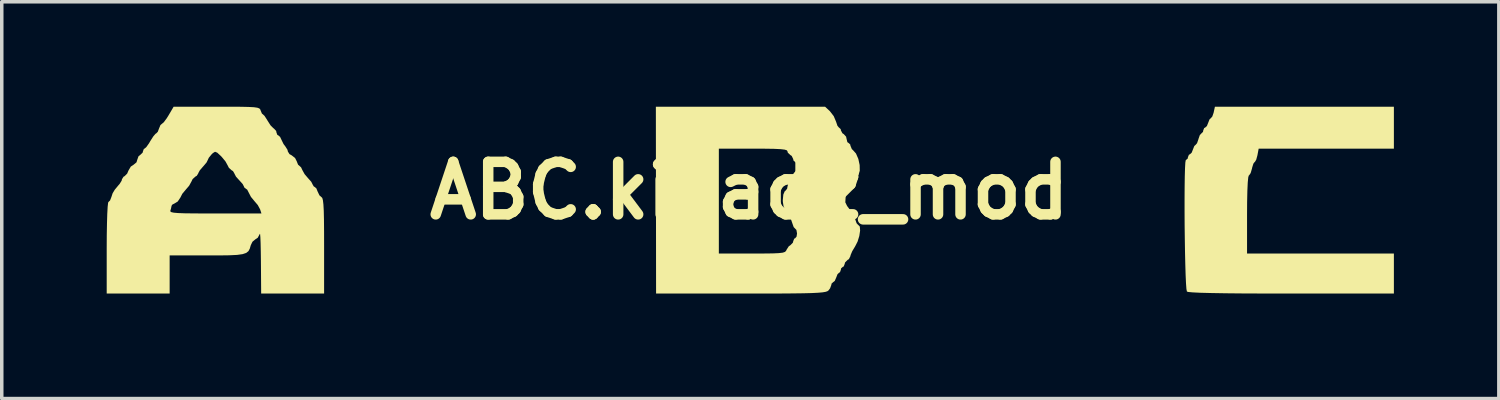
<source format=kicad_pcb>
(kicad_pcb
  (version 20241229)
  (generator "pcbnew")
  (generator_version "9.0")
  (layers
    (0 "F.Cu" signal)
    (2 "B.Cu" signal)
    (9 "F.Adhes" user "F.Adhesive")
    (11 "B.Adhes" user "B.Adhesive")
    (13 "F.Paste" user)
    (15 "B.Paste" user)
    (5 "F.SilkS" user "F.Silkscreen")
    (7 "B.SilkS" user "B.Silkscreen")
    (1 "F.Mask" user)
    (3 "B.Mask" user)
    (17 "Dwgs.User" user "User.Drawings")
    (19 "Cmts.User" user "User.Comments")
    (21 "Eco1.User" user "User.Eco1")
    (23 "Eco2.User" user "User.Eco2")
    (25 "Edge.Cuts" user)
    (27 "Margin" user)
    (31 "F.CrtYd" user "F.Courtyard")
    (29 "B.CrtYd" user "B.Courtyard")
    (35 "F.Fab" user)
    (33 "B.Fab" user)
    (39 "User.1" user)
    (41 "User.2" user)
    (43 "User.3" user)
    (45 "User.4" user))
  (footprint "ABC.kicad2_mod"
    (layer "F.Cu")
    (at 18.369 2.398)
    (property "Reference" "ABC.kicad2_mod" (at 0 0 0) (layer "F.SilkS") (effects (font (size 1.5 1.5) (thickness 0.3))))
    (attr board_only exclude_from_pos_files exclude_from_bom)
    (fp_poly (pts (xy 18.423 -1.799) (xy 18.423 -1.199) (xy 16.491 -1.199) (xy 14.558 -1.199) (xy 14.522 -1.008) (xy 14.488 -0.883) (xy 14.45 -0.819) (xy 14.444 -0.818) (xy 14.407 -0.77) (xy 14.371 -0.653) (xy 14.366 -0.627) (xy 14.329 -0.501) (xy 14.286 -0.438) (xy 14.278 -0.436) (xy 14.261 -0.383) (xy 14.246 -0.232) (xy 14.235 0.006) (xy 14.228 0.322) (xy 14.226 0.681) (xy 14.226 1.799) (xy 16.325 1.799) (xy 18.423 1.799) (xy 18.423 2.371) (xy 18.423 2.943) (xy 15.483 2.943) (xy 14.756 2.942) (xy 14.136 2.94) (xy 13.619 2.935) (xy 13.204 2.928) (xy 12.888 2.92) (xy 12.668 2.909) (xy 12.542 2.897) (xy 12.507 2.885) (xy 12.493 2.812) (xy 12.481 2.648) (xy 12.47 2.409) (xy 12.461 2.109) (xy 12.453 1.765) (xy 12.447 1.39) (xy 12.442 1) (xy 12.44 0.611) (xy 12.44 0.237) (xy 12.442 -0.106) (xy 12.446 -0.404) (xy 12.453 -0.64) (xy 12.462 -0.801) (xy 12.474 -0.87) (xy 12.477 -0.872) (xy 12.53 -0.916) (xy 12.536 -0.954) (xy 12.565 -1.026) (xy 12.59 -1.036) (xy 12.642 -1.082) (xy 12.678 -1.172) (xy 12.718 -1.274) (xy 12.756 -1.308) (xy 12.797 -1.355) (xy 12.836 -1.468) (xy 12.836 -1.472) (xy 12.876 -1.586) (xy 12.921 -1.635) (xy 12.922 -1.635) (xy 12.967 -1.679) (xy 12.973 -1.717) (xy 13.001 -1.789) (xy 13.026 -1.799) (xy 13.078 -1.845) (xy 13.114 -1.935) (xy 13.154 -2.037) (xy 13.192 -2.071) (xy 13.233 -2.118) (xy 13.272 -2.231) (xy 13.272 -2.235) (xy 13.308 -2.398) (xy 15.866 -2.398) (xy 18.423 -2.398)) (stroke (width 0) (type solid)) (fill yes) (layer "F.SilkS"))
    (fp_poly (pts (xy 2.302 -2.27) (xy 2.412 -2.128) (xy 2.478 -1.971) (xy 2.518 -1.853) (xy 2.563 -1.799) (xy 2.566 -1.799) (xy 2.612 -1.755) (xy 2.616 -1.723) (xy 2.66 -1.639) (xy 2.698 -1.615) (xy 2.765 -1.542) (xy 2.78 -1.473) (xy 2.802 -1.384) (xy 2.834 -1.363) (xy 2.883 -1.319) (xy 2.889 -1.284) (xy 2.93 -1.185) (xy 2.958 -1.161) (xy 3.048 -1.06) (xy 3.115 -0.906) (xy 3.153 -0.73) (xy 3.156 -0.568) (xy 3.121 -0.45) (xy 3.08 -0.416) (xy 3.007 -0.343) (xy 2.998 -0.301) (xy 2.969 -0.228) (xy 2.943 -0.218) (xy 2.894 -0.174) (xy 2.889 -0.141) (xy 2.859 -0.059) (xy 2.839 -0.045) (xy 2.797 0.015) (xy 2.758 0.141) (xy 2.753 0.169) (xy 2.743 0.335) (xy 2.796 0.444) (xy 2.803 0.451) (xy 2.872 0.544) (xy 2.889 0.596) (xy 2.925 0.652) (xy 2.939 0.654) (xy 2.984 0.701) (xy 3.024 0.814) (xy 3.025 0.818) (xy 3.065 0.932) (xy 3.11 0.981) (xy 3.111 0.981) (xy 3.157 1.027) (xy 3.166 1.142) (xy 3.143 1.297) (xy 3.093 1.459) (xy 3.025 1.592) (xy 2.941 1.732) (xy 2.893 1.845) (xy 2.889 1.872) (xy 2.845 1.959) (xy 2.807 1.982) (xy 2.735 2.055) (xy 2.725 2.097) (xy 2.696 2.17) (xy 2.671 2.18) (xy 2.622 2.224) (xy 2.616 2.262) (xy 2.59 2.335) (xy 2.568 2.344) (xy 2.52 2.39) (xy 2.485 2.48) (xy 2.441 2.582) (xy 2.397 2.616) (xy 2.349 2.66) (xy 2.344 2.694) (xy 2.308 2.793) (xy 2.258 2.858) (xy 2.227 2.878) (xy 2.173 2.895) (xy 2.086 2.909) (xy 1.957 2.92) (xy 1.777 2.929) (xy 1.535 2.935) (xy 1.223 2.939) (xy 0.83 2.942) (xy 0.347 2.943) (xy -0.235 2.943) (xy -0.247 2.943) (xy -2.666 2.943) (xy -2.669 0.273) (xy -2.671 -1.199) (xy -0.872 -1.199) (xy -0.872 0.3) (xy -0.872 1.799) (xy 0.078 1.799) (xy 0.422 1.798) (xy 0.672 1.795) (xy 0.845 1.787) (xy 0.954 1.774) (xy 1.017 1.753) (xy 1.049 1.723) (xy 1.061 1.695) (xy 1.126 1.593) (xy 1.174 1.56) (xy 1.245 1.487) (xy 1.254 1.446) (xy 1.283 1.373) (xy 1.308 1.363) (xy 1.349 1.316) (xy 1.363 1.226) (xy 1.345 1.124) (xy 1.312 1.09) (xy 1.267 1.043) (xy 1.227 0.93) (xy 1.226 0.927) (xy 1.187 0.812) (xy 1.141 0.763) (xy 1.14 0.763) (xy 1.099 0.718) (xy 1.09 0.659) (xy 1.06 0.561) (xy 1.023 0.532) (xy 0.98 0.466) (xy 0.958 0.323) (xy 0.956 0.273) (xy 0.971 0.114) (xy 1.009 0.022) (xy 1.023 0.013) (xy 1.079 -0.053) (xy 1.09 -0.114) (xy 1.112 -0.2) (xy 1.14 -0.218) (xy 1.186 -0.265) (xy 1.226 -0.378) (xy 1.226 -0.382) (xy 1.266 -0.496) (xy 1.312 -0.545) (xy 1.312 -0.545) (xy 1.35 -0.592) (xy 1.363 -0.681) (xy 1.344 -0.784) (xy 1.308 -0.818) (xy 1.26 -0.862) (xy 1.254 -0.901) (xy 1.21 -0.992) (xy 1.172 -1.016) (xy 1.099 -1.085) (xy 1.09 -1.123) (xy 1.072 -1.151) (xy 1.01 -1.171) (xy 0.89 -1.185) (xy 0.699 -1.194) (xy 0.423 -1.198) (xy 0.109 -1.199) (xy -0.872 -1.199) (xy -2.671 -1.199) (xy -2.672 -2.398) (xy -0.254 -2.398) (xy 2.164 -2.398)) (stroke (width 0) (type solid)) (fill yes) (layer "F.SilkS"))
    (fp_poly (pts (xy -14.831 -2.398) (xy -14.529 -2.396) (xy -14.31 -2.391) (xy -14.159 -2.383) (xy -14.063 -2.369) (xy -14.008 -2.349) (xy -13.981 -2.322) (xy -13.969 -2.289) (xy -13.932 -2.201) (xy -13.905 -2.18) (xy -13.859 -2.137) (xy -13.789 -2.029) (xy -13.768 -1.993) (xy -13.685 -1.864) (xy -13.606 -1.784) (xy -13.592 -1.776) (xy -13.525 -1.704) (xy -13.518 -1.664) (xy -13.491 -1.591) (xy -13.467 -1.581) (xy -13.413 -1.535) (xy -13.378 -1.461) (xy -13.314 -1.33) (xy -13.265 -1.266) (xy -13.202 -1.167) (xy -13.191 -1.117) (xy -13.145 -1.043) (xy -13.082 -1.008) (xy -12.985 -0.932) (xy -12.939 -0.841) (xy -12.899 -0.741) (xy -12.861 -0.709) (xy -12.812 -0.663) (xy -12.779 -0.591) (xy -12.712 -0.47) (xy -12.612 -0.353) (xy -12.522 -0.252) (xy -12.482 -0.173) (xy -12.482 -0.171) (xy -12.445 -0.112) (xy -12.429 -0.109) (xy -12.376 -0.063) (xy -12.342 0.023) (xy -12.288 0.136) (xy -12.232 0.185) (xy -12.207 0.211) (xy -12.189 0.277) (xy -12.175 0.393) (xy -12.165 0.572) (xy -12.159 0.826) (xy -12.156 1.165) (xy -12.155 1.579) (xy -12.155 2.943) (xy -13.054 2.943) (xy -13.954 2.943) (xy -13.961 2.03) (xy -13.965 1.739) (xy -13.97 1.501) (xy -13.977 1.329) (xy -13.985 1.239) (xy -13.992 1.237) (xy -14.051 1.347) (xy -14.115 1.389) (xy -14.203 1.462) (xy -14.251 1.562) (xy -14.279 1.658) (xy -14.317 1.73) (xy -14.381 1.781) (xy -14.484 1.816) (xy -14.641 1.838) (xy -14.867 1.849) (xy -15.175 1.853) (xy -15.503 1.853) (xy -16.57 1.853) (xy -16.57 2.398) (xy -16.57 2.943) (xy -17.469 2.943) (xy -18.369 2.943) (xy -18.369 1.635) (xy -18.367 1.264) (xy -18.361 0.935) (xy -18.353 0.664) (xy -18.349 0.595) (xy -16.55 0.595) (xy -16.521 0.616) (xy -16.452 0.631) (xy -16.329 0.642) (xy -16.14 0.649) (xy -15.873 0.652) (xy -15.517 0.654) (xy -15.264 0.654) (xy -13.946 0.654) (xy -13.984 0.537) (xy -14.051 0.413) (xy -14.143 0.305) (xy -14.246 0.18) (xy -14.304 0.068) (xy -14.353 -0.027) (xy -14.393 -0.055) (xy -14.442 -0.096) (xy -14.444 -0.112) (xy -14.481 -0.185) (xy -14.57 -0.285) (xy -14.58 -0.295) (xy -14.673 -0.398) (xy -14.716 -0.48) (xy -14.717 -0.485) (xy -14.76 -0.558) (xy -14.796 -0.579) (xy -14.877 -0.652) (xy -14.912 -0.721) (xy -14.973 -0.832) (xy -15.08 -0.962) (xy -15.105 -0.988) (xy -15.209 -1.084) (xy -15.272 -1.11) (xy -15.333 -1.073) (xy -15.372 -1.035) (xy -15.451 -0.938) (xy -15.48 -0.875) (xy -15.515 -0.804) (xy -15.602 -0.701) (xy -15.616 -0.686) (xy -15.708 -0.579) (xy -15.752 -0.498) (xy -15.752 -0.491) (xy -15.796 -0.422) (xy -15.832 -0.402) (xy -15.913 -0.329) (xy -15.947 -0.259) (xy -16.013 -0.139) (xy -16.105 -0.032) (xy -16.208 0.091) (xy -16.265 0.202) (xy -16.339 0.312) (xy -16.409 0.355) (xy -16.496 0.402) (xy -16.515 0.435) (xy -16.533 0.523) (xy -16.549 0.568) (xy -16.55 0.595) (xy -18.349 0.595) (xy -18.342 0.464) (xy -18.329 0.349) (xy -18.32 0.327) (xy -18.273 0.281) (xy -18.236 0.186) (xy -18.2 0.077) (xy -18.139 -0.025) (xy -18.028 -0.159) (xy -18.001 -0.189) (xy -17.942 -0.283) (xy -17.933 -0.325) (xy -17.889 -0.396) (xy -17.856 -0.414) (xy -17.784 -0.486) (xy -17.747 -0.573) (xy -17.68 -0.687) (xy -17.605 -0.736) (xy -17.517 -0.809) (xy -17.497 -0.877) (xy -17.46 -0.981) (xy -17.415 -1.016) (xy -17.342 -1.085) (xy -17.333 -1.123) (xy -17.307 -1.192) (xy -17.289 -1.199) (xy -17.238 -1.242) (xy -17.16 -1.352) (xy -17.122 -1.417) (xy -17.039 -1.547) (xy -16.973 -1.625) (xy -16.954 -1.635) (xy -16.909 -1.681) (xy -16.875 -1.771) (xy -16.833 -1.873) (xy -16.792 -1.908) (xy -16.74 -1.951) (xy -16.657 -2.062) (xy -16.6 -2.153) (xy -16.456 -2.398) (xy -15.227 -2.398)) (stroke (width 0) (type solid)) (fill yes) (layer "F.SilkS")))
  (gr_rect
    (start -3 -3)
    (end 39.792 8.342)
    (stroke (width 0.1) (type default))
    (fill no)
    (layer "Edge.Cuts")))
</source>
